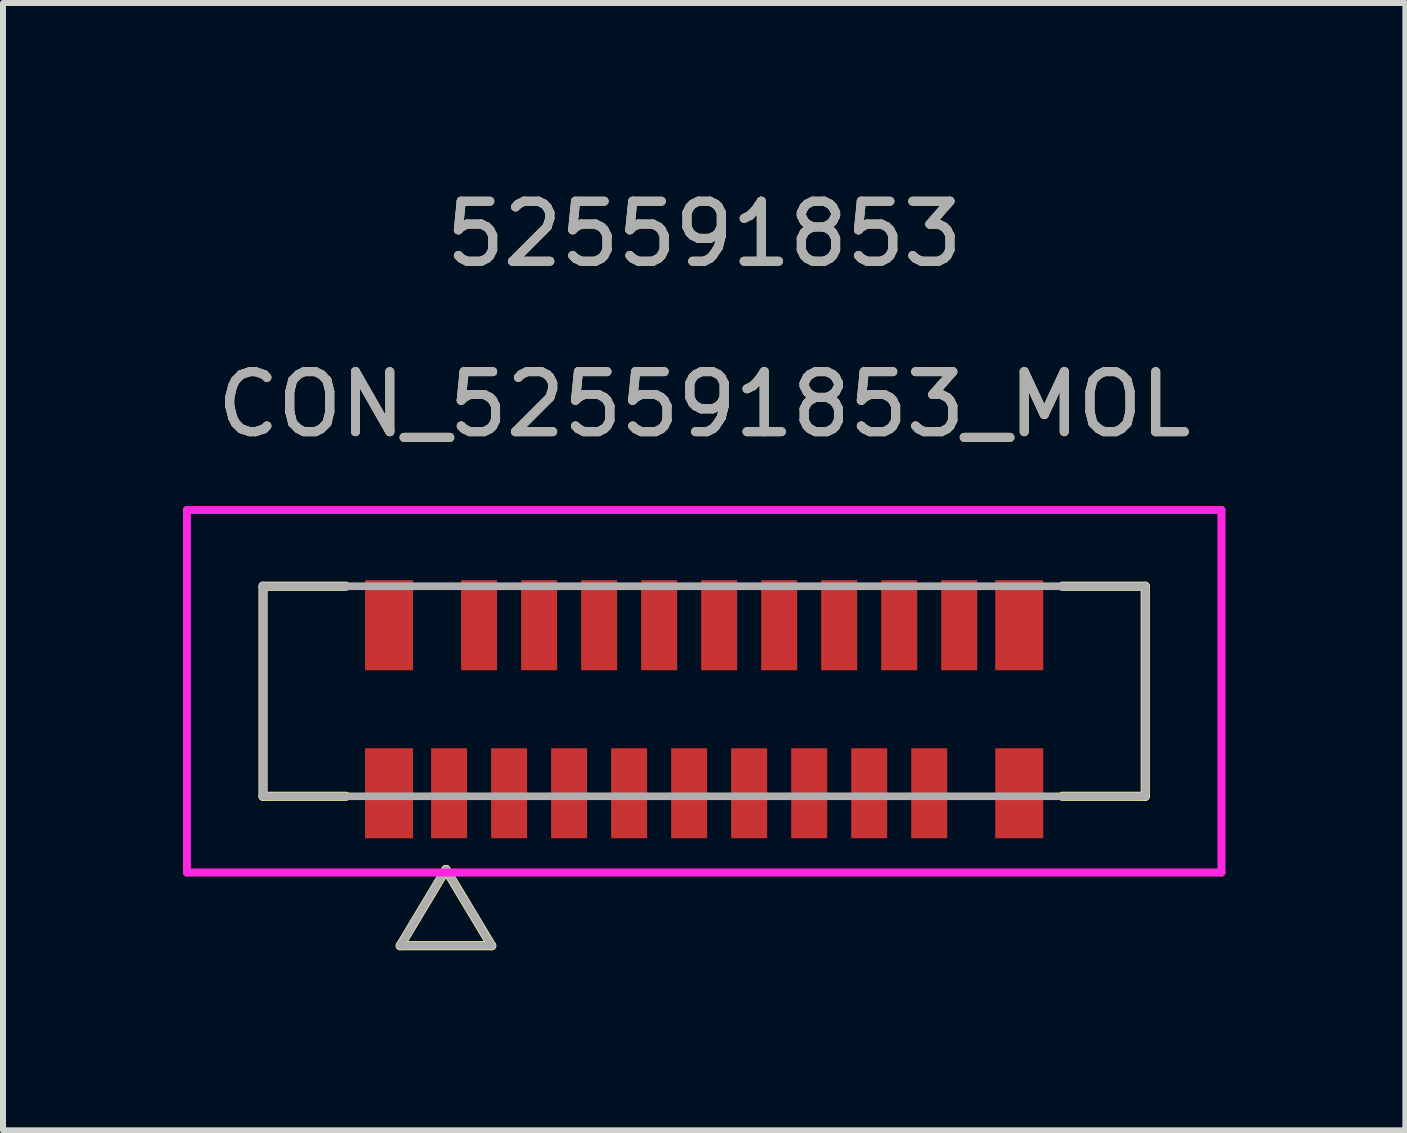
<source format=kicad_pcb>
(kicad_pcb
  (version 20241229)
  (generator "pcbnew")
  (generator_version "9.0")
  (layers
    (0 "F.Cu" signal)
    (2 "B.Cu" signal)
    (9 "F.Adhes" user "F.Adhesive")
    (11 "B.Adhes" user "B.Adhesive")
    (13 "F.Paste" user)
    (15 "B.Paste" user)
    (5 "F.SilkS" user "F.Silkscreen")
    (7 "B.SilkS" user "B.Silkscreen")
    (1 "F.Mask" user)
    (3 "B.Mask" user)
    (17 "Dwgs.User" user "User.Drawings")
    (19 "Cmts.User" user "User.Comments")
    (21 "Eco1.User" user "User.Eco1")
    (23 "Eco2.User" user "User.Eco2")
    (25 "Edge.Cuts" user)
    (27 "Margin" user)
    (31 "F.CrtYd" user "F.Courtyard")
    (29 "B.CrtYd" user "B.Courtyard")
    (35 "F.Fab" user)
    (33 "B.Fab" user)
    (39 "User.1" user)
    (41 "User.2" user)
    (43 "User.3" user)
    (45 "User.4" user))
  (footprint "CON_525591853_MOL"
    (layer "F.Cu")
    (at 8.683 8.768)
    (property "Reference" "CON_525591853_MOL" (at 0 -5.08 0) (unlocked yes) (layer "F.SilkS") (effects (font (size 1 1) (thickness 0.15))))
    (attr smd)
    (fp_line (start -7.35 -2.05) (end -7.35 1.45) (stroke (width 0.152) (type solid)) (layer "F.SilkS"))
    (fp_line (start -7.35 1.45) (end -5.967 1.45) (stroke (width 0.152) (type solid)) (layer "F.SilkS"))
    (fp_line (start -5.967 -2.05) (end -7.35 -2.05) (stroke (width 0.152) (type solid)) (layer "F.SilkS"))
    (fp_line (start -5.064 3.94) (end -4.302 2.67) (stroke (width 0.152) (type solid)) (layer "F.SilkS"))
    (fp_line (start -5.064 3.94) (end -3.54 3.94) (stroke (width 0.152) (type solid)) (layer "F.SilkS"))
    (fp_line (start -3.54 3.94) (end -4.302 2.67) (stroke (width 0.152) (type solid)) (layer "F.SilkS"))
    (fp_line (start 5.967 1.45) (end 7.35 1.45) (stroke (width 0.152) (type solid)) (layer "F.SilkS"))
    (fp_line (start 7.35 -2.05) (end 5.967 -2.05) (stroke (width 0.152) (type solid)) (layer "F.SilkS"))
    (fp_line (start 7.35 1.45) (end 7.35 -2.05) (stroke (width 0.152) (type solid)) (layer "F.SilkS"))
    (fp_line (start -8.62 -3.32) (end -8.62 2.72) (stroke (width 0.127) (type solid)) (layer "F.CrtYd"))
    (fp_line (start -8.62 -3.32) (end -8.62 2.72) (stroke (width 0.127) (type solid)) (layer "F.CrtYd"))
    (fp_line (start -8.62 2.72) (end 8.62 2.72) (stroke (width 0.127) (type solid)) (layer "F.CrtYd"))
    (fp_line (start -8.62 2.72) (end 8.62 2.72) (stroke (width 0.127) (type solid)) (layer "F.CrtYd"))
    (fp_line (start 8.62 -3.32) (end -8.62 -3.32) (stroke (width 0.127) (type solid)) (layer "F.CrtYd"))
    (fp_line (start 8.62 -3.32) (end -8.62 -3.32) (stroke (width 0.127) (type solid)) (layer "F.CrtYd"))
    (fp_line (start 8.62 2.72) (end 8.62 -3.32) (stroke (width 0.127) (type solid)) (layer "F.CrtYd"))
    (fp_line (start 8.62 2.72) (end 8.62 -3.32) (stroke (width 0.127) (type solid)) (layer "F.CrtYd"))
    (fp_line (start -7.35 -2.05) (end -7.35 1.45) (stroke (width 0.127) (type solid)) (layer "F.Fab"))
    (fp_line (start -7.35 1.45) (end 7.35 1.45) (stroke (width 0.127) (type solid)) (layer "F.Fab"))
    (fp_line (start -5.064 3.94) (end -4.302 2.67) (stroke (width 0.127) (type solid)) (layer "F.Fab"))
    (fp_line (start -5.064 3.94) (end -3.54 3.94) (stroke (width 0.127) (type solid)) (layer "F.Fab"))
    (fp_line (start -3.54 3.94) (end -4.302 2.67) (stroke (width 0.127) (type solid)) (layer "F.Fab"))
    (fp_line (start 7.35 -2.05) (end -7.35 -2.05) (stroke (width 0.127) (type solid)) (layer "F.Fab"))
    (fp_line (start 7.35 1.45) (end 7.35 -2.05) (stroke (width 0.127) (type solid)) (layer "F.Fab"))
    (fp_text user "525591853" (at 0 -7.92 0) (unlocked yes) (layer "F.SilkS") (effects (font (size 1 1) (thickness 0.15))))
    (fp_text user "525591853" (at 0 -7.92 0) (unlocked yes) (layer "F.Fab") (effects (font (size 1 1) (thickness 0.15))))
    (fp_text user "${REFERENCE}" (at 0 -5.08 0) (unlocked yes) (layer "F.Fab") (effects (font (size 1 1) (thickness 0.15))))
    (pad "1" smd rect (at -4.25 1.4) (size 0.6 1.5) (layers "F.Cu" "F.Mask" "F.Paste"))
    (pad "2" smd rect (at -3.75 -1.4) (size 0.6 1.5) (layers "F.Cu" "F.Mask" "F.Paste"))
    (pad "3" smd rect (at -3.25 1.4) (size 0.6 1.5) (layers "F.Cu" "F.Mask" "F.Paste"))
    (pad "4" smd rect (at -2.75 -1.4) (size 0.6 1.5) (layers "F.Cu" "F.Mask" "F.Paste"))
    (pad "5" smd rect (at -2.25 1.4) (size 0.6 1.5) (layers "F.Cu" "F.Mask" "F.Paste"))
    (pad "6" smd rect (at -1.75 -1.4) (size 0.6 1.5) (layers "F.Cu" "F.Mask" "F.Paste"))
    (pad "7" smd rect (at -1.25 1.4) (size 0.6 1.5) (layers "F.Cu" "F.Mask" "F.Paste"))
    (pad "8" smd rect (at -0.75 -1.4) (size 0.6 1.5) (layers "F.Cu" "F.Mask" "F.Paste"))
    (pad "9" smd rect (at -0.25 1.4) (size 0.6 1.5) (layers "F.Cu" "F.Mask" "F.Paste"))
    (pad "10" smd rect (at 0.25 -1.4) (size 0.6 1.5) (layers "F.Cu" "F.Mask" "F.Paste"))
    (pad "11" smd rect (at 0.75 1.4) (size 0.6 1.5) (layers "F.Cu" "F.Mask" "F.Paste"))
    (pad "12" smd rect (at 1.25 -1.4) (size 0.6 1.5) (layers "F.Cu" "F.Mask" "F.Paste"))
    (pad "13" smd rect (at 1.75 1.4) (size 0.6 1.5) (layers "F.Cu" "F.Mask" "F.Paste"))
    (pad "14" smd rect (at 2.25 -1.4) (size 0.6 1.5) (layers "F.Cu" "F.Mask" "F.Paste"))
    (pad "15" smd rect (at 2.75 1.4) (size 0.6 1.5) (layers "F.Cu" "F.Mask" "F.Paste"))
    (pad "16" smd rect (at 3.25 -1.4) (size 0.6 1.5) (layers "F.Cu" "F.Mask" "F.Paste"))
    (pad "17" smd rect (at 3.75 1.4) (size 0.6 1.5) (layers "F.Cu" "F.Mask" "F.Paste"))
    (pad "18" smd rect (at 4.25 -1.4) (size 0.6 1.5) (layers "F.Cu" "F.Mask" "F.Paste"))
    (pad "P1" smd rect (at -5.25 1.4) (size 0.8 1.5) (layers "F.Cu" "F.Mask" "F.Paste"))
    (pad "P2" smd rect (at 5.25 1.4) (size 0.8 1.5) (layers "F.Cu" "F.Mask" "F.Paste"))
    (pad "P3" smd rect (at -5.25 -1.4) (size 0.8 1.5) (layers "F.Cu" "F.Mask" "F.Paste"))
    (pad "P4" smd rect (at 5.25 -1.4) (size 0.8 1.5) (layers "F.Cu" "F.Mask" "F.Paste")))
  (gr_rect
    (start -3 -3)
    (end 20.367 15.784)
    (stroke (width 0.1) (type default))
    (fill no)
    (layer "Edge.Cuts")))
</source>
